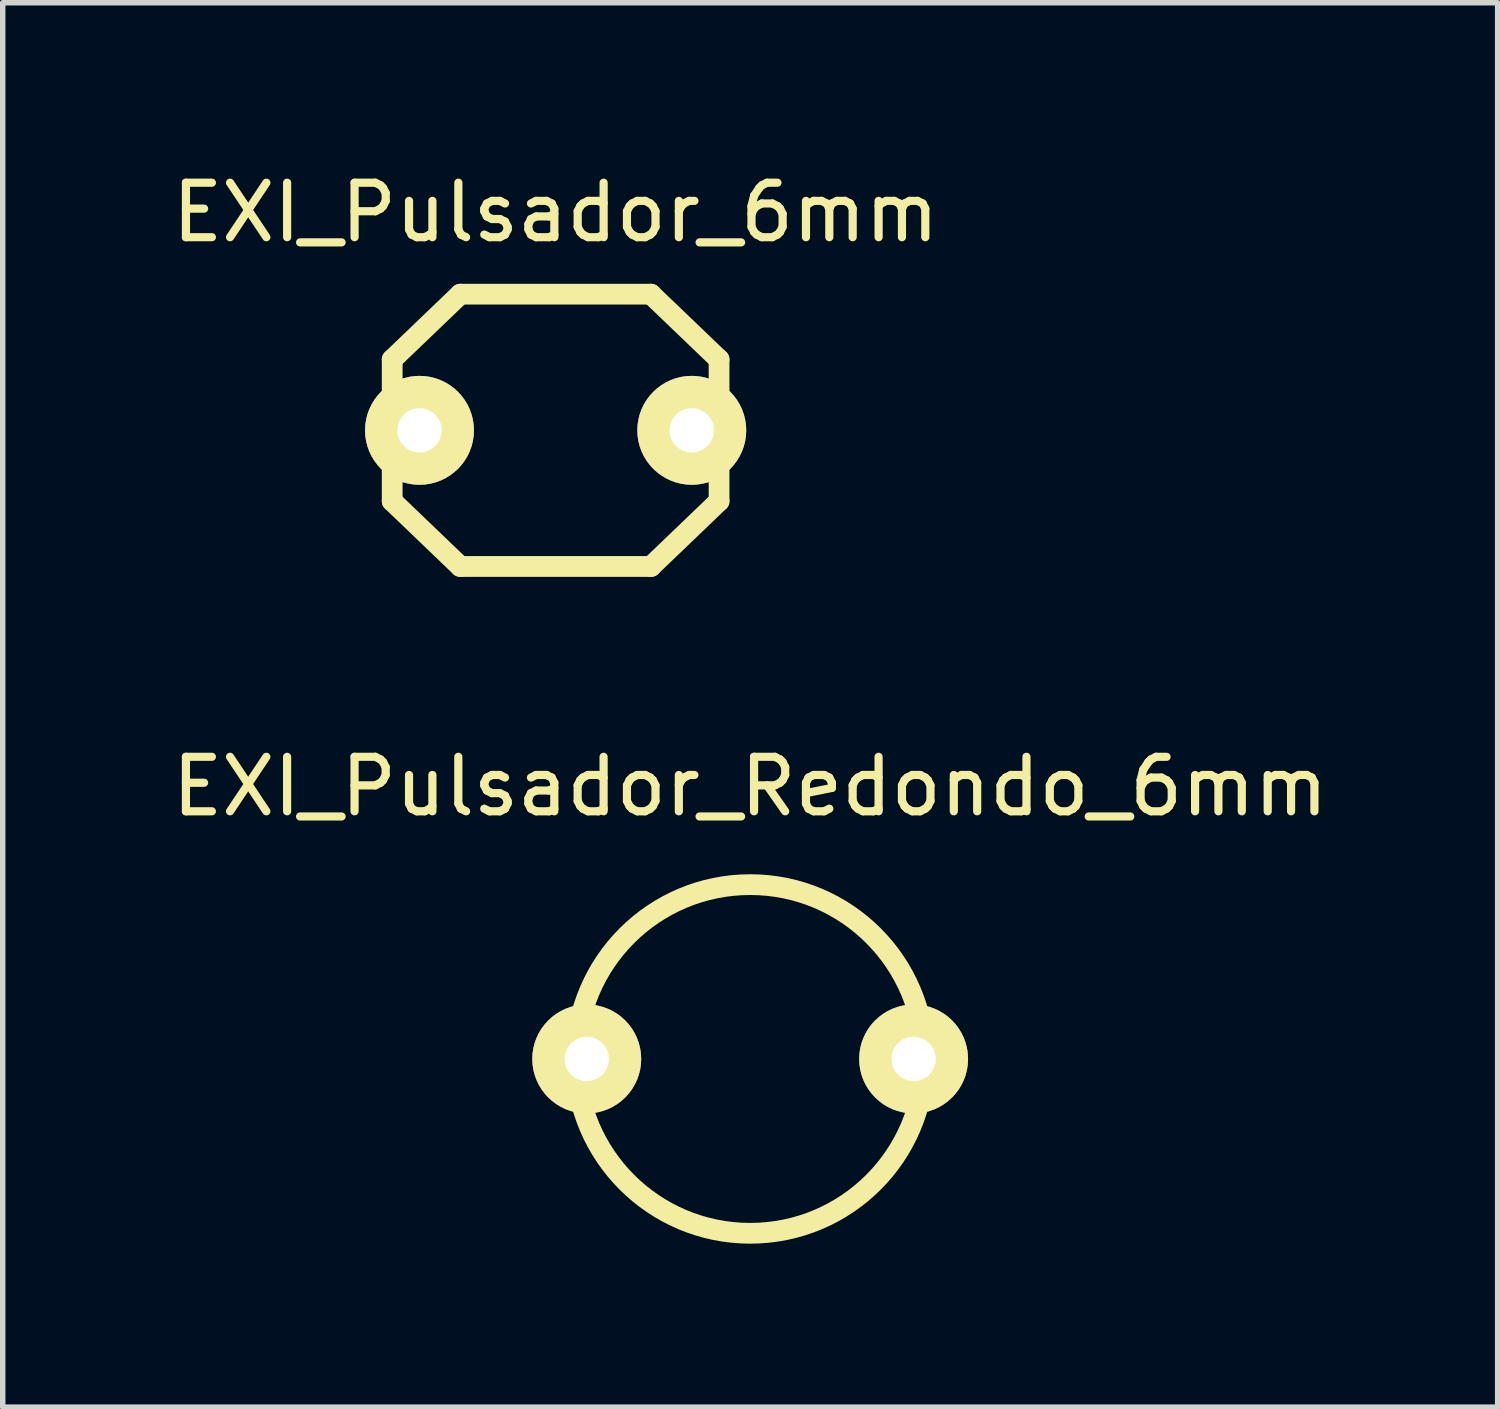
<source format=kicad_pcb>
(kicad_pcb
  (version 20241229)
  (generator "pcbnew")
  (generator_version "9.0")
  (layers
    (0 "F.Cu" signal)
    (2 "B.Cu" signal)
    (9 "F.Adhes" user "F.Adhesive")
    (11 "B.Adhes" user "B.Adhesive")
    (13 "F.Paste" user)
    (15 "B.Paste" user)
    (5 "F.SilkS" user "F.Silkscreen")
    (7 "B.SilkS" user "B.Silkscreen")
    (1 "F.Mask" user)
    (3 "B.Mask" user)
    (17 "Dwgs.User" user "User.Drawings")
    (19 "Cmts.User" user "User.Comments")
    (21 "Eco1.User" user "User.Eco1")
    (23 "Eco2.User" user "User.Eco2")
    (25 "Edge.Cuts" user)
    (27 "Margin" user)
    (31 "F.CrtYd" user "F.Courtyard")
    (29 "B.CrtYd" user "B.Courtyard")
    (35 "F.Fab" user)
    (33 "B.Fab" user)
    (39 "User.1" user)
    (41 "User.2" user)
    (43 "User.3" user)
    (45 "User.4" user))
  (footprint "EXI_Pulsador_6mm"
    (layer "F.Cu")
    (at 7.149 4.849)
    (property "Reference" "EXI_Pulsador_6mm" (at 0 -4 0) (layer "F.SilkS") (effects (font (size 1 1) (thickness 0.15))))
    (attr through_hole)
    (fp_line (start -3 -1.3) (end -3 1.3) (stroke (width 0.381) (type solid)) (layer "F.SilkS"))
    (fp_line (start -3 1.3) (end -1.75 2.499) (stroke (width 0.381) (type solid)) (layer "F.SilkS"))
    (fp_line (start -1.75 -2.499) (end -3 -1.3) (stroke (width 0.381) (type solid)) (layer "F.SilkS"))
    (fp_line (start -1.75 -2.499) (end 1.75 -2.499) (stroke (width 0.381) (type solid)) (layer "F.SilkS"))
    (fp_line (start -1.75 2.499) (end 1.75 2.499) (stroke (width 0.381) (type solid)) (layer "F.SilkS"))
    (fp_line (start 1.75 2.499) (end 3 1.3) (stroke (width 0.381) (type solid)) (layer "F.SilkS"))
    (fp_line (start 3 -1.3) (end 1.75 -2.499) (stroke (width 0.381) (type solid)) (layer "F.SilkS"))
    (fp_line (start 3 -1.3) (end 3 1.3) (stroke (width 0.381) (type solid)) (layer "F.SilkS"))
    (pad "1" thru_hole circle (at -2.499 0) (size 1.999 1.999) (drill 0.813) (layers "*.Cu" "*.Mask" "F.SilkS"))
    (pad "2" thru_hole circle (at 2.499 0) (size 1.999 1.999) (drill 0.813) (layers "*.Cu" "*.Mask" "F.SilkS")))
  (footprint "EXI_Pulsador_Redondo_6mm"
    (layer "F.Cu")
    (at 10.72 16.388)
    (property "Reference" "EXI_Pulsador_Redondo_6mm" (at 0 -5.001 0) (layer "F.SilkS") (effects (font (size 1 1) (thickness 0.15))))
    (attr through_hole)
    (fp_circle (center 0 0) (end 3.2 0) (stroke (width 0.381) (type solid)) (fill no) (layer "F.SilkS"))
    (pad "1" thru_hole circle (at -3 0) (size 1.999 1.999) (drill 0.813) (layers "*.Cu" "*.Mask" "F.SilkS"))
    (pad "2" thru_hole circle (at 3 0) (size 1.999 1.999) (drill 0.813) (layers "*.Cu" "*.Mask" "F.SilkS")))
  (gr_rect
    (start -3 -3)
    (end 24.44 22.779)
    (stroke (width 0.1) (type default))
    (fill no)
    (layer "Edge.Cuts")))
</source>
